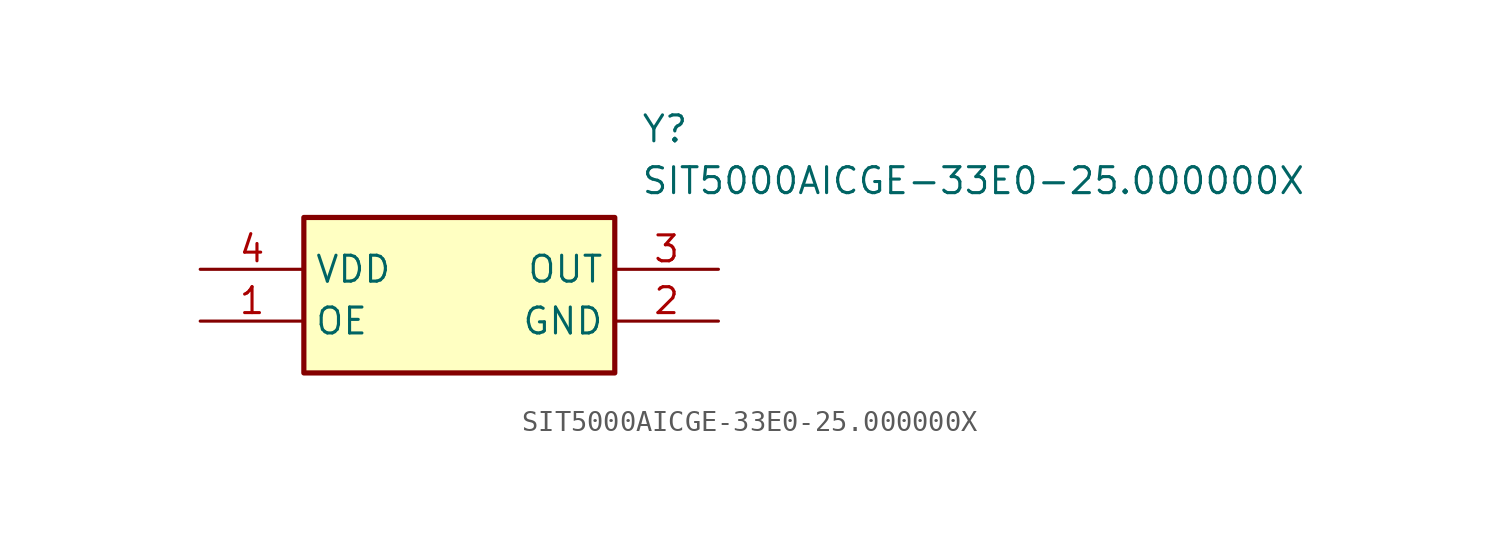
<source format=kicad_sym>
(kicad_symbol_lib
  (version 20231120)
  (generator "kicad_symbol_editor")
  (generator_version "8.0")
  (symbol "SIT5000AICGE-33E0-25.000000X"
    (property "Reference" "Y"
      (at 21.59 7.62 0)
      (effects (font (size 1.27 1.27)) (justify left top)))
    (property "Value" "SIT5000AICGE-33E0-25.000000X"
      (at 21.59 5.08 0)
      (effects (font (size 1.27 1.27)) (justify left top)))
    (symbol "SIT5000AICGE-33E0-25.000000X_1_1"
      (rectangle (start 5.08 2.54) (end 20.32 -5.08) (stroke (width 0.254) (type default)) (fill (type background)))
      (pin passive line (at 0 -2.54 0) (length 5.08) (name "OE" (effects (font (size 1.27 1.27)))) (number "1" (effects (font (size 1.27 1.27)))))
      (pin passive line (at 25.4 -2.54 180) (length 5.08) (name "GND" (effects (font (size 1.27 1.27)))) (number "2" (effects (font (size 1.27 1.27)))))
      (pin passive line (at 25.4 0 180) (length 5.08) (name "OUT" (effects (font (size 1.27 1.27)))) (number "3" (effects (font (size 1.27 1.27)))))
      (pin passive line (at 0 0 0) (length 5.08) (name "VDD" (effects (font (size 1.27 1.27)))) (number "4" (effects (font (size 1.27 1.27))))))))
</source>
